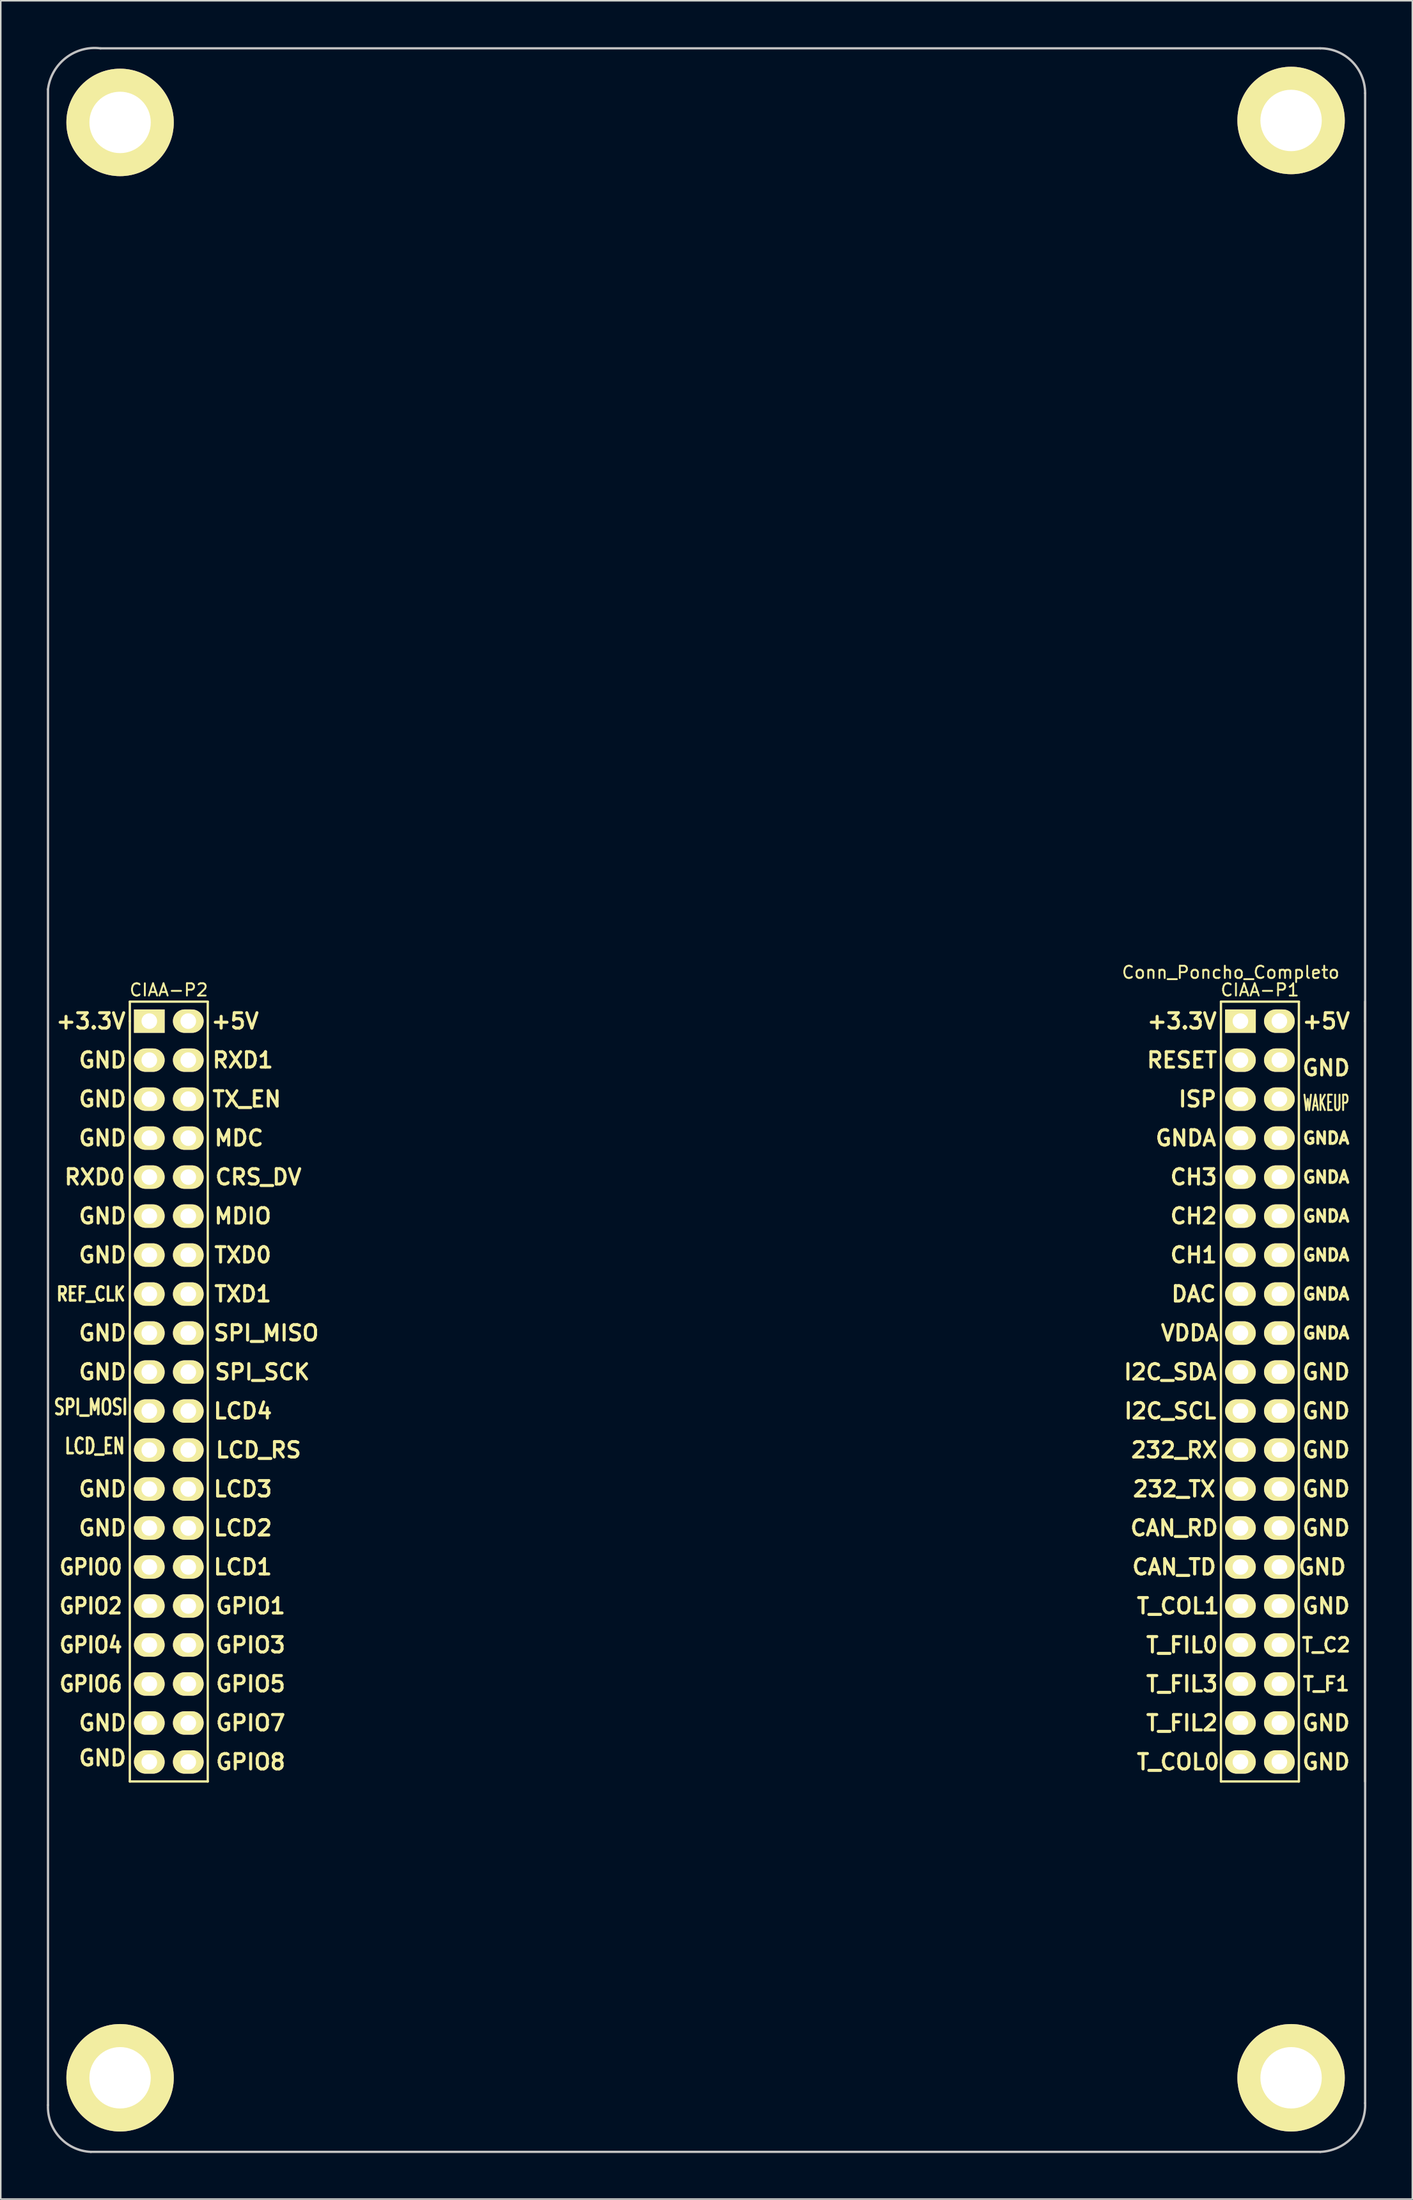
<source format=kicad_pcb>
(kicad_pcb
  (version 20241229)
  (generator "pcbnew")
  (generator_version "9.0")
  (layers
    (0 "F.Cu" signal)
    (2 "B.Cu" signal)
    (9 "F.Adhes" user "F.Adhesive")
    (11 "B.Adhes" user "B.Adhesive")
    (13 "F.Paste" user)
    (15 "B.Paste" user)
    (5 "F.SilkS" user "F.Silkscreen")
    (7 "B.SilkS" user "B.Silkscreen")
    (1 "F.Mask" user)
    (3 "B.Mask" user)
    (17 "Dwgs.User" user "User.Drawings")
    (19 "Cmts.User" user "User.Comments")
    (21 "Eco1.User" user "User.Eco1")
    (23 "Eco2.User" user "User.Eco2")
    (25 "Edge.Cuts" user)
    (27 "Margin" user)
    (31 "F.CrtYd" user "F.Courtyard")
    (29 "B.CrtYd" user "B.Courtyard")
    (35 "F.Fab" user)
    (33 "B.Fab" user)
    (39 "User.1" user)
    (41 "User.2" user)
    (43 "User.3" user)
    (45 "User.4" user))
  (footprint "Conn_Poncho_Completo"
    (layer "F.Cu")
    (at 77.802 63.472)
    (property "Reference" "Conn_Poncho_Completo" (at -0.635 -3.175 0) (layer "F.SilkS") (effects (font (size 0.8 0.8) (thickness 0.12))))
    (attr through_hole)
    (fp_line (start -72.39 -1.27) (end -67.31 -1.27) (stroke (width 0.15) (type solid)) (layer "F.SilkS"))
    (fp_line (start -72.39 0) (end -72.39 -1.27) (stroke (width 0.15) (type solid)) (layer "F.SilkS"))
    (fp_line (start -72.39 49.53) (end -72.39 0) (stroke (width 0.15) (type solid)) (layer "F.SilkS"))
    (fp_line (start -67.31 -1.27) (end -67.31 49.53) (stroke (width 0.15) (type solid)) (layer "F.SilkS"))
    (fp_line (start -67.31 49.53) (end -72.39 49.53) (stroke (width 0.15) (type solid)) (layer "F.SilkS"))
    (fp_line (start -1.27 49.53) (end -1.27 -1.27) (stroke (width 0.15) (type solid)) (layer "F.SilkS"))
    (fp_line (start 3.81 -1.27) (end -1.27 -1.27) (stroke (width 0.15) (type solid)) (layer "F.SilkS"))
    (fp_line (start 3.81 49.53) (end -1.27 49.53) (stroke (width 0.15) (type solid)) (layer "F.SilkS"))
    (fp_line (start 3.81 49.53) (end 3.81 -1.27) (stroke (width 0.15) (type solid)) (layer "F.SilkS"))
    (fp_line (start 8.128 0) (end 8.128 -1.27) (stroke (width 0.15) (type solid)) (layer "F.SilkS"))
    (fp_line (start 8.128 0) (end 8.128 49.53) (stroke (width 0.15) (type solid)) (layer "F.SilkS"))
    (fp_line (start -77.724 70.612) (end -77.724 -60.706) (stroke (width 0.15) (type solid)) (layer "Dwgs.User"))
    (fp_line (start -74.295 -63.373) (end 5.207 -63.373) (stroke (width 0.15) (type solid)) (layer "Dwgs.User"))
    (fp_line (start 5.207 73.66) (end -74.93 73.66) (stroke (width 0.15) (type solid)) (layer "Dwgs.User"))
    (fp_line (start 8.128 -60.452) (end 8.128 70.485) (stroke (width 0.15) (type solid)) (layer "Dwgs.User"))
    (fp_arc (start -77.724 -60.706) (mid -76.561854 -62.749669) (end -74.295 -63.373) (stroke (width 0.15) (type solid)) (layer "Dwgs.User"))
    (fp_arc (start -74.93 73.66) (mid -76.958261 72.714656) (end -77.724 70.612) (stroke (width 0.15) (type solid)) (layer "Dwgs.User"))
    (fp_arc (start 5.207 -63.373) (mid 7.272459 -62.517459) (end 8.128 -60.452) (stroke (width 0.15) (type solid)) (layer "Dwgs.User"))
    (fp_arc (start 8.128 70.485) (mid 7.325064 72.677459) (end 5.207 73.66) (stroke (width 0.15) (type solid)) (layer "Dwgs.User"))
    (fp_text user "CAN_TD" (at -4.318 35.56 0) (layer "F.SilkS") (effects (font (size 1 1) (thickness 0.2))))
    (fp_text user "GND" (at 5.588 33.02 0) (layer "F.SilkS") (effects (font (size 1 1) (thickness 0.2))))
    (fp_text user "+3.3V" (at -74.93 0 0) (layer "F.SilkS") (effects (font (size 1 1) (thickness 0.2))))
    (fp_text user "LCD2" (at -65.024 33.02 0) (layer "F.SilkS") (effects (font (size 1 1) (thickness 0.2))))
    (fp_text user "GND" (at -74.168 20.32 0) (layer "F.SilkS") (effects (font (size 1 1) (thickness 0.2))))
    (fp_text user "GNDA" (at 5.588 12.7 0) (layer "F.SilkS") (effects (font (size 0.76 0.76) (thickness 0.19))))
    (fp_text user "232_TX" (at -4.318 30.48 0) (layer "F.SilkS") (effects (font (size 1 1) (thickness 0.2))))
    (fp_text user "GPIO2" (at -74.93 38.1 0) (layer "F.SilkS") (effects (font (size 1 0.9) (thickness 0.2))))
    (fp_text user "GND" (at -74.168 7.62 0) (layer "F.SilkS") (effects (font (size 1 1) (thickness 0.2))))
    (fp_text user "GPIO3" (at -64.516 40.64 0) (layer "F.SilkS") (effects (font (size 1 1) (thickness 0.2))))
    (fp_text user "SPI_MOSI" (at -74.93 25.146 0) (layer "F.SilkS") (effects (font (size 1 0.7) (thickness 0.17))))
    (fp_text user "GNDA" (at 5.588 20.32 0) (layer "F.SilkS") (effects (font (size 0.76 0.76) (thickness 0.19))))
    (fp_text user "GND" (at 5.588 27.94 0) (layer "F.SilkS") (effects (font (size 1 1) (thickness 0.2))))
    (fp_text user "GND" (at 5.588 30.48 0) (layer "F.SilkS") (effects (font (size 1 1) (thickness 0.2))))
    (fp_text user "GPIO6" (at -74.93 43.18 0) (layer "F.SilkS") (effects (font (size 1 0.9) (thickness 0.2))))
    (fp_text user "CRS_DV" (at -64.008 10.16 0) (layer "F.SilkS") (effects (font (size 1 1) (thickness 0.2))))
    (fp_text user "TXD1" (at -65.024 17.78 0) (layer "F.SilkS") (effects (font (size 1 1) (thickness 0.2))))
    (fp_text user "T_COL1" (at -4.064 38.1 0) (layer "F.SilkS") (effects (font (size 1 1) (thickness 0.2))))
    (fp_text user "GND" (at -74.168 22.86 0) (layer "F.SilkS") (effects (font (size 1 1) (thickness 0.2))))
    (fp_text user "LCD_RS" (at -64.008 27.94 0) (layer "F.SilkS") (effects (font (size 1 1) (thickness 0.2))))
    (fp_text user "RXD1" (at -65.024 2.54 0) (layer "F.SilkS") (effects (font (size 1 1) (thickness 0.2))))
    (fp_text user "GNDA" (at 5.588 10.16 0) (layer "F.SilkS") (effects (font (size 0.76 0.76) (thickness 0.19))))
    (fp_text user "GPIO5" (at -64.516 43.18 0) (layer "F.SilkS") (effects (font (size 1 1) (thickness 0.2))))
    (fp_text user "GND" (at 5.588 25.4 0) (layer "F.SilkS") (effects (font (size 1 1) (thickness 0.2))))
    (fp_text user "GND" (at -74.168 5.08 0) (layer "F.SilkS") (effects (font (size 1 1) (thickness 0.2))))
    (fp_text user "CH1" (at -3.048 15.24 0) (layer "F.SilkS") (effects (font (size 1 1) (thickness 0.2))))
    (fp_text user "GND" (at 5.588 3.048 0) (layer "F.SilkS") (effects (font (size 1 1) (thickness 0.2))))
    (fp_text user "GNDA" (at 5.588 15.24 0) (layer "F.SilkS") (effects (font (size 0.76 0.76) (thickness 0.19))))
    (fp_text user "GND" (at 5.588 22.86 0) (layer "F.SilkS") (effects (font (size 1 1) (thickness 0.2))))
    (fp_text user "WAKEUP" (at 5.588 5.334 0) (layer "F.SilkS") (effects (font (size 1 0.5) (thickness 0.125))))
    (fp_text user "GPIO7" (at -64.516 45.72 0) (layer "F.SilkS") (effects (font (size 1 1) (thickness 0.2))))
    (fp_text user "GND" (at -74.168 2.54 0) (layer "F.SilkS") (effects (font (size 1 1) (thickness 0.2))))
    (fp_text user "RESET" (at -3.81 2.54 0) (layer "F.SilkS") (effects (font (size 1 1) (thickness 0.2))))
    (fp_text user "GNDA" (at 5.588 17.78 0) (layer "F.SilkS") (effects (font (size 0.76 0.76) (thickness 0.19))))
    (fp_text user "+5V" (at -65.532 0 0) (layer "F.SilkS") (effects (font (size 1 1) (thickness 0.2))))
    (fp_text user "GND" (at 5.588 45.72 0) (layer "F.SilkS") (effects (font (size 1 1) (thickness 0.2))))
    (fp_text user "DAC" (at -3.048 17.78 0) (layer "F.SilkS") (effects (font (size 1 1) (thickness 0.2))))
    (fp_text user "+3.3V" (at -3.81 0 0) (layer "F.SilkS") (effects (font (size 1 1) (thickness 0.2))))
    (fp_text user "T_FIL2" (at -3.81 45.72 0) (layer "F.SilkS") (effects (font (size 1 1) (thickness 0.2))))
    (fp_text user "CIAA-P1" (at 1.27 -2.032 0) (layer "F.SilkS") (effects (font (size 0.8 0.8) (thickness 0.12))))
    (fp_text user "I2C_SDA" (at -4.572 22.86 0) (layer "F.SilkS") (effects (font (size 1 1) (thickness 0.2))))
    (fp_text user "T_F1" (at 5.588 43.18 0) (layer "F.SilkS") (effects (font (size 0.9 0.9) (thickness 0.18))))
    (fp_text user "T_FIL3" (at -3.81 43.18 0) (layer "F.SilkS") (effects (font (size 1 1) (thickness 0.2))))
    (fp_text user "GND" (at 5.334 35.56 0) (layer "F.SilkS") (effects (font (size 1 1) (thickness 0.2))))
    (fp_text user "GPIO8" (at -64.516 48.26 0) (layer "F.SilkS") (effects (font (size 1 1) (thickness 0.2))))
    (fp_text user "I2C_SCL" (at -4.572 25.4 0) (layer "F.SilkS") (effects (font (size 1 1) (thickness 0.2))))
    (fp_text user "LCD1" (at -65.024 35.56 0) (layer "F.SilkS") (effects (font (size 1 1) (thickness 0.2))))
    (fp_text user "MDC" (at -65.278 7.62 0) (layer "F.SilkS") (effects (font (size 1 1) (thickness 0.2))))
    (fp_text user "GND" (at -74.168 15.24 0) (layer "F.SilkS") (effects (font (size 1 1) (thickness 0.2))))
    (fp_text user "GPIO0" (at -74.93 35.56 0) (layer "F.SilkS") (effects (font (size 1 0.9) (thickness 0.2))))
    (fp_text user "MDIO" (at -65.024 12.7 0) (layer "F.SilkS") (effects (font (size 1 1) (thickness 0.2))))
    (fp_text user "GND" (at -74.168 48.006 0) (layer "F.SilkS") (effects (font (size 1 1) (thickness 0.2))))
    (fp_text user "VDDA" (at -3.302 20.32 0) (layer "F.SilkS") (effects (font (size 1 1) (thickness 0.2))))
    (fp_text user "CH3" (at -3.048 10.16 0) (layer "F.SilkS") (effects (font (size 1 1) (thickness 0.2))))
    (fp_text user "232_RX" (at -4.318 27.94 0) (layer "F.SilkS") (effects (font (size 1 1) (thickness 0.2))))
    (fp_text user "GPIO4" (at -74.93 40.64 0) (layer "F.SilkS") (effects (font (size 1 0.9) (thickness 0.2))))
    (fp_text user "GND" (at 5.588 38.1 0) (layer "F.SilkS") (effects (font (size 1 1) (thickness 0.2))))
    (fp_text user "GNDA" (at -3.556 7.62 0) (layer "F.SilkS") (effects (font (size 1 1) (thickness 0.2))))
    (fp_text user "+5V" (at 5.588 0 0) (layer "F.SilkS") (effects (font (size 1 1) (thickness 0.2))))
    (fp_text user "GNDA" (at 5.588 7.62 0) (layer "F.SilkS") (effects (font (size 0.76 0.76) (thickness 0.19))))
    (fp_text user "GND" (at -74.168 45.72 0) (layer "F.SilkS") (effects (font (size 1 1) (thickness 0.2))))
    (fp_text user "LCD_EN" (at -74.676 27.686 0) (layer "F.SilkS") (effects (font (size 1 0.7) (thickness 0.17))))
    (fp_text user "GND" (at -74.168 12.7 0) (layer "F.SilkS") (effects (font (size 1 1) (thickness 0.2))))
    (fp_text user "T_COL0" (at -4.064 48.26 0) (layer "F.SilkS") (effects (font (size 1 1) (thickness 0.2))))
    (fp_text user "SPI_SCK" (at -63.754 22.86 0) (layer "F.SilkS") (effects (font (size 1 1) (thickness 0.2))))
    (fp_text user "TXD0" (at -65.024 15.24 0) (layer "F.SilkS") (effects (font (size 1 1) (thickness 0.2))))
    (fp_text user "SPI_MISO" (at -63.5 20.32 0) (layer "F.SilkS") (effects (font (size 1 1) (thickness 0.2))))
    (fp_text user "CIAA-P2" (at -69.85 -2.032 0) (layer "F.SilkS") (effects (font (size 0.8 0.8) (thickness 0.12))))
    (fp_text user "CAN_RD" (at -4.318 33.02 0) (layer "F.SilkS") (effects (font (size 1 1) (thickness 0.2))))
    (fp_text user "GPIO1" (at -64.516 38.1 0) (layer "F.SilkS") (effects (font (size 1 1) (thickness 0.2))))
    (fp_text user "CH2" (at -3.048 12.7 0) (layer "F.SilkS") (effects (font (size 1 1) (thickness 0.2))))
    (fp_text user "GND" (at 5.588 48.26 0) (layer "F.SilkS") (effects (font (size 1 1) (thickness 0.2))))
    (fp_text user "REF_CLK" (at -74.93 17.78 0) (layer "F.SilkS") (effects (font (size 0.9 0.7) (thickness 0.175))))
    (fp_text user "LCD4" (at -65.024 25.4 0) (layer "F.SilkS") (effects (font (size 1 1) (thickness 0.2))))
    (fp_text user "GND" (at -74.168 30.48 0) (layer "F.SilkS") (effects (font (size 1 1) (thickness 0.2))))
    (fp_text user "LCD3" (at -65.024 30.48 0) (layer "F.SilkS") (effects (font (size 1 1) (thickness 0.2))))
    (fp_text user "T_C2" (at 5.588 40.64 0) (layer "F.SilkS") (effects (font (size 0.9 0.9) (thickness 0.18))))
    (fp_text user "T_FIL0" (at -3.81 40.64 0) (layer "F.SilkS") (effects (font (size 1 1) (thickness 0.2))))
    (fp_text user "GND" (at -74.168 33.02 0) (layer "F.SilkS") (effects (font (size 1 1) (thickness 0.2))))
    (fp_text user "TX_EN" (at -64.77 5.08 0) (layer "F.SilkS") (effects (font (size 1 1) (thickness 0.2))))
    (fp_text user "ISP" (at -2.794 5.08 0) (layer "F.SilkS") (effects (font (size 1 1) (thickness 0.2))))
    (fp_text user "RXD0" (at -74.676 10.16 0) (layer "F.SilkS") (effects (font (size 1 1) (thickness 0.2))))
    (pad "1" thru_hole rect (at 0 0 270) (size 1.524 2) (drill 1.016) (layers "*.Cu" "*.Mask" "F.SilkS"))
    (pad "2" thru_hole oval (at 2.54 0 270) (size 1.524 2) (drill 1.016) (layers "*.Cu" "*.Mask" "F.SilkS"))
    (pad "3" thru_hole oval (at 0 2.54 270) (size 1.524 2) (drill 1.016) (layers "*.Cu" "*.Mask" "F.SilkS"))
    (pad "4" thru_hole oval (at 2.54 2.54 270) (size 1.524 2) (drill 1.016) (layers "*.Cu" "*.Mask" "F.SilkS"))
    (pad "5" thru_hole oval (at 0 5.08 270) (size 1.524 2) (drill 1.016) (layers "*.Cu" "*.Mask" "F.SilkS"))
    (pad "6" thru_hole oval (at 2.54 5.08 270) (size 1.524 2) (drill 1.016) (layers "*.Cu" "*.Mask" "F.SilkS"))
    (pad "7" thru_hole oval (at 0 7.62 270) (size 1.524 2) (drill 1.016) (layers "*.Cu" "*.Mask" "F.SilkS"))
    (pad "8" thru_hole oval (at 2.54 7.62 270) (size 1.524 2) (drill 1.016) (layers "*.Cu" "*.Mask" "F.SilkS"))
    (pad "9" thru_hole oval (at 0 10.16 270) (size 1.524 2) (drill 1.016) (layers "*.Cu" "*.Mask" "F.SilkS"))
    (pad "10" thru_hole oval (at 2.54 10.16 270) (size 1.524 2) (drill 1.016) (layers "*.Cu" "*.Mask" "F.SilkS"))
    (pad "11" thru_hole oval (at 0 12.7 270) (size 1.524 2) (drill 1.016) (layers "*.Cu" "*.Mask" "F.SilkS"))
    (pad "12" thru_hole oval (at 2.54 12.7 270) (size 1.524 2) (drill 1.016) (layers "*.Cu" "*.Mask" "F.SilkS"))
    (pad "13" thru_hole oval (at 0 15.24 270) (size 1.524 2) (drill 1.016) (layers "*.Cu" "*.Mask" "F.SilkS"))
    (pad "14" thru_hole oval (at 2.54 15.24 270) (size 1.524 2) (drill 1.016) (layers "*.Cu" "*.Mask" "F.SilkS"))
    (pad "15" thru_hole oval (at 0 17.78 270) (size 1.524 2) (drill 1.016) (layers "*.Cu" "*.Mask" "F.SilkS"))
    (pad "16" thru_hole oval (at 2.54 17.78 270) (size 1.524 2) (drill 1.016) (layers "*.Cu" "*.Mask" "F.SilkS"))
    (pad "17" thru_hole oval (at 0 20.32 270) (size 1.524 2) (drill 1.016) (layers "*.Cu" "*.Mask" "F.SilkS"))
    (pad "18" thru_hole oval (at 2.54 20.32 270) (size 1.524 2) (drill 1.016) (layers "*.Cu" "*.Mask" "F.SilkS"))
    (pad "19" thru_hole oval (at 0 22.86 270) (size 1.524 2) (drill 1.016) (layers "*.Cu" "*.Mask" "F.SilkS"))
    (pad "20" thru_hole oval (at 2.54 22.86 270) (size 1.524 2) (drill 1.016) (layers "*.Cu" "*.Mask" "F.SilkS"))
    (pad "21" thru_hole oval (at 0 25.4 270) (size 1.524 2) (drill 1.016) (layers "*.Cu" "*.Mask" "F.SilkS"))
    (pad "22" thru_hole oval (at 2.54 25.4 270) (size 1.524 2) (drill 1.016) (layers "*.Cu" "*.Mask" "F.SilkS"))
    (pad "23" thru_hole oval (at 0 27.94 270) (size 1.524 2) (drill 1.016) (layers "*.Cu" "*.Mask" "F.SilkS"))
    (pad "24" thru_hole oval (at 2.54 27.94 270) (size 1.524 2) (drill 1.016) (layers "*.Cu" "*.Mask" "F.SilkS"))
    (pad "25" thru_hole oval (at 0 30.48 270) (size 1.524 2) (drill 1.016) (layers "*.Cu" "*.Mask" "F.SilkS"))
    (pad "26" thru_hole oval (at 2.54 30.48 270) (size 1.524 2) (drill 1.016) (layers "*.Cu" "*.Mask" "F.SilkS"))
    (pad "27" thru_hole oval (at 0 33.02 270) (size 1.524 2) (drill 1.016) (layers "*.Cu" "*.Mask" "F.SilkS"))
    (pad "28" thru_hole oval (at 2.54 33.02 270) (size 1.524 2) (drill 1.016) (layers "*.Cu" "*.Mask" "F.SilkS"))
    (pad "29" thru_hole oval (at 0 35.56 270) (size 1.524 2) (drill 1.016) (layers "*.Cu" "*.Mask" "F.SilkS"))
    (pad "30" thru_hole oval (at 2.54 35.56 270) (size 1.524 2) (drill 1.016) (layers "*.Cu" "*.Mask" "F.SilkS"))
    (pad "31" thru_hole oval (at 0 38.1 270) (size 1.524 2) (drill 1.016) (layers "*.Cu" "*.Mask" "F.SilkS"))
    (pad "32" thru_hole oval (at 2.54 38.1 270) (size 1.524 2) (drill 1.016) (layers "*.Cu" "*.Mask" "F.SilkS"))
    (pad "33" thru_hole oval (at 0 40.64 270) (size 1.524 2) (drill 1.016) (layers "*.Cu" "*.Mask" "F.SilkS"))
    (pad "34" thru_hole oval (at 2.54 40.64 270) (size 1.524 2) (drill 1.016) (layers "*.Cu" "*.Mask" "F.SilkS"))
    (pad "35" thru_hole oval (at 0 43.18 270) (size 1.524 2) (drill 1.016) (layers "*.Cu" "*.Mask" "F.SilkS"))
    (pad "36" thru_hole oval (at 2.54 43.18 270) (size 1.524 2) (drill 1.016) (layers "*.Cu" "*.Mask" "F.SilkS"))
    (pad "37" thru_hole oval (at 0 45.72 270) (size 1.524 2) (drill 1.016) (layers "*.Cu" "*.Mask" "F.SilkS"))
    (pad "38" thru_hole oval (at 2.54 45.72 270) (size 1.524 2) (drill 1.016) (layers "*.Cu" "*.Mask" "F.SilkS"))
    (pad "39" thru_hole oval (at 0 48.26 270) (size 1.524 2) (drill 1.016) (layers "*.Cu" "*.Mask" "F.SilkS"))
    (pad "40" thru_hole oval (at 2.54 48.26 270) (size 1.524 2) (drill 1.016) (layers "*.Cu" "*.Mask" "F.SilkS"))
    (pad "41" thru_hole rect (at -71.12 0 270) (size 1.524 2) (drill 1.016) (layers "*.Cu" "*.Mask" "F.SilkS"))
    (pad "42" thru_hole oval (at -68.58 0 270) (size 1.524 2) (drill 1.016) (layers "*.Cu" "*.Mask" "F.SilkS"))
    (pad "43" thru_hole oval (at -71.12 2.54 270) (size 1.524 2) (drill 1.016) (layers "*.Cu" "*.Mask" "F.SilkS"))
    (pad "44" thru_hole oval (at -68.58 2.54 270) (size 1.524 2) (drill 1.016) (layers "*.Cu" "*.Mask" "F.SilkS"))
    (pad "45" thru_hole oval (at -71.12 5.08 270) (size 1.524 2) (drill 1.016) (layers "*.Cu" "*.Mask" "F.SilkS"))
    (pad "46" thru_hole oval (at -68.58 5.08 270) (size 1.524 2) (drill 1.016) (layers "*.Cu" "*.Mask" "F.SilkS"))
    (pad "47" thru_hole oval (at -71.12 7.62 270) (size 1.524 2) (drill 1.016) (layers "*.Cu" "*.Mask" "F.SilkS"))
    (pad "48" thru_hole oval (at -68.58 7.62 270) (size 1.524 2) (drill 1.016) (layers "*.Cu" "*.Mask" "F.SilkS"))
    (pad "49" thru_hole oval (at -71.12 10.16 270) (size 1.524 2) (drill 1.016) (layers "*.Cu" "*.Mask" "F.SilkS"))
    (pad "50" thru_hole oval (at -68.58 10.16 270) (size 1.524 2) (drill 1.016) (layers "*.Cu" "*.Mask" "F.SilkS"))
    (pad "51" thru_hole oval (at -71.12 12.7 270) (size 1.524 2) (drill 1.016) (layers "*.Cu" "*.Mask" "F.SilkS"))
    (pad "52" thru_hole oval (at -68.58 12.7 270) (size 1.524 2) (drill 1.016) (layers "*.Cu" "*.Mask" "F.SilkS"))
    (pad "53" thru_hole oval (at -71.12 15.24 270) (size 1.524 2) (drill 1.016) (layers "*.Cu" "*.Mask" "F.SilkS"))
    (pad "54" thru_hole oval (at -68.58 15.24 270) (size 1.524 2) (drill 1.016) (layers "*.Cu" "*.Mask" "F.SilkS"))
    (pad "55" thru_hole oval (at -71.12 17.78 270) (size 1.524 2) (drill 1.016) (layers "*.Cu" "*.Mask" "F.SilkS"))
    (pad "56" thru_hole oval (at -68.58 17.78 270) (size 1.524 2) (drill 1.016) (layers "*.Cu" "*.Mask" "F.SilkS"))
    (pad "57" thru_hole oval (at -71.12 20.32 270) (size 1.524 2) (drill 1.016) (layers "*.Cu" "*.Mask" "F.SilkS"))
    (pad "58" thru_hole oval (at -68.58 20.32 270) (size 1.524 2) (drill 1.016) (layers "*.Cu" "*.Mask" "F.SilkS"))
    (pad "59" thru_hole oval (at -71.12 22.86 270) (size 1.524 2) (drill 1.016) (layers "*.Cu" "*.Mask" "F.SilkS"))
    (pad "60" thru_hole oval (at -68.58 22.86 270) (size 1.524 2) (drill 1.016) (layers "*.Cu" "*.Mask" "F.SilkS"))
    (pad "61" thru_hole oval (at -71.12 25.4 270) (size 1.524 2) (drill 1.016) (layers "*.Cu" "*.Mask" "F.SilkS"))
    (pad "62" thru_hole oval (at -68.58 25.4 270) (size 1.524 2) (drill 1.016) (layers "*.Cu" "*.Mask" "F.SilkS"))
    (pad "63" thru_hole oval (at -71.12 27.94 270) (size 1.524 2) (drill 1.016) (layers "*.Cu" "*.Mask" "F.SilkS"))
    (pad "64" thru_hole oval (at -68.58 27.94 270) (size 1.524 2) (drill 1.016) (layers "*.Cu" "*.Mask" "F.SilkS"))
    (pad "65" thru_hole oval (at -71.12 30.48 270) (size 1.524 2) (drill 1.016) (layers "*.Cu" "*.Mask" "F.SilkS"))
    (pad "66" thru_hole oval (at -68.58 30.48 270) (size 1.524 2) (drill 1.016) (layers "*.Cu" "*.Mask" "F.SilkS"))
    (pad "67" thru_hole oval (at -71.12 33.02 270) (size 1.524 2) (drill 1.016) (layers "*.Cu" "*.Mask" "F.SilkS"))
    (pad "68" thru_hole oval (at -68.58 33.02 270) (size 1.524 2) (drill 1.016) (layers "*.Cu" "*.Mask" "F.SilkS"))
    (pad "69" thru_hole oval (at -71.12 35.56 270) (size 1.524 2) (drill 1.016) (layers "*.Cu" "*.Mask" "F.SilkS"))
    (pad "70" thru_hole oval (at -68.58 35.56 270) (size 1.524 2) (drill 1.016) (layers "*.Cu" "*.Mask" "F.SilkS"))
    (pad "71" thru_hole oval (at -71.12 38.1 270) (size 1.524 2) (drill 1.016) (layers "*.Cu" "*.Mask" "F.SilkS"))
    (pad "72" thru_hole oval (at -68.58 38.1 270) (size 1.524 2) (drill 1.016) (layers "*.Cu" "*.Mask" "F.SilkS"))
    (pad "73" thru_hole oval (at -71.12 40.64 270) (size 1.524 2) (drill 1.016) (layers "*.Cu" "*.Mask" "F.SilkS"))
    (pad "74" thru_hole oval (at -68.58 40.64 270) (size 1.524 2) (drill 1.016) (layers "*.Cu" "*.Mask" "F.SilkS"))
    (pad "75" thru_hole oval (at -71.12 43.18 270) (size 1.524 2) (drill 1.016) (layers "*.Cu" "*.Mask" "F.SilkS"))
    (pad "76" thru_hole oval (at -68.58 43.18 270) (size 1.524 2) (drill 1.016) (layers "*.Cu" "*.Mask" "F.SilkS"))
    (pad "77" thru_hole oval (at -71.12 45.72 270) (size 1.524 2) (drill 1.016) (layers "*.Cu" "*.Mask" "F.SilkS"))
    (pad "78" thru_hole oval (at -68.58 45.72 270) (size 1.524 2) (drill 1.016) (layers "*.Cu" "*.Mask" "F.SilkS"))
    (pad "79" thru_hole oval (at -71.12 48.26 270) (size 1.524 2) (drill 1.016) (layers "*.Cu" "*.Mask" "F.SilkS"))
    (pad "80" thru_hole oval (at -68.58 48.26 270) (size 1.524 2) (drill 1.016) (layers "*.Cu" "*.Mask" "F.SilkS"))
    (pad "~" thru_hole circle (at -73.025 -58.547) (size 7 7) (drill 4) (layers "*.Cu" "*.Mask" "F.SilkS"))
    (pad "~" thru_hole circle (at -73.025 68.834) (size 7 7) (drill 4) (layers "*.Cu" "*.Mask" "F.SilkS"))
    (pad "~" thru_hole circle (at 3.302 -58.674) (size 7 7) (drill 4) (layers "*.Cu" "*.Mask" "F.SilkS"))
    (pad "~" thru_hole circle (at 3.302 68.834) (size 7 7) (drill 4) (layers "*.Cu" "*.Mask" "F.SilkS")))
  (gr_rect
    (start -3 -3)
    (end 89.007 140.207)
    (stroke (width 0.1) (type default))
    (fill no)
    (layer "Edge.Cuts")))
</source>
